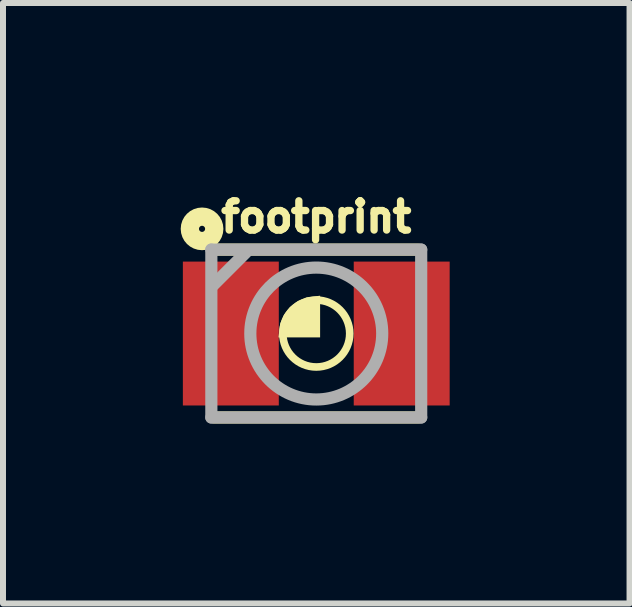
<source format=kicad_pcb>
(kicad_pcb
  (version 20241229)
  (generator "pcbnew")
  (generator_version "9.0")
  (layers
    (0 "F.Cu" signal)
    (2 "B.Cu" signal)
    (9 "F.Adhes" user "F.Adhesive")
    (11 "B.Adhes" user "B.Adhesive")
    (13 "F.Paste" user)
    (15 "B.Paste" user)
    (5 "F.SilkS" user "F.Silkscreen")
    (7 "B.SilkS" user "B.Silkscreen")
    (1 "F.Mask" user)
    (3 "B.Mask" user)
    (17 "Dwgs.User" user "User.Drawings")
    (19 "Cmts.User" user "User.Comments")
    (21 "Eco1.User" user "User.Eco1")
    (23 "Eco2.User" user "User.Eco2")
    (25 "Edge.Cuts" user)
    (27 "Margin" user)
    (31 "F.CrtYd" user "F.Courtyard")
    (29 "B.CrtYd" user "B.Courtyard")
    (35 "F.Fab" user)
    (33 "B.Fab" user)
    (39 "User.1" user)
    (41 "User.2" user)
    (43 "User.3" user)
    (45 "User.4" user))
  (footprint "footprint"
    (layer "F.Cu")
    (at 2.225 2.513)
    (property "Reference" "footprint" (at 0 -1.66 0) (layer "F.SilkS") (effects (font (size 0.488 0.488) (thickness 0.122)) (justify bottom)))
    (fp_line (start -1.7 -1.4) (end 1.7 -1.4) (stroke (width 0.203) (type solid)) (layer "F.SilkS"))
    (fp_line (start -1.7 1.4) (end 1.7 1.4) (stroke (width 0.203) (type solid)) (layer "F.SilkS"))
    (fp_circle (center -1.905 -1.746) (end -1.854 -1.746) (stroke (width 0.305) (type solid)) (fill no) (layer "F.SilkS"))
    (fp_circle (center 0 0) (end 0.558 0) (stroke (width 0.127) (type solid)) (fill no) (layer "F.SilkS"))
    (fp_poly (pts (xy 0.064 0.064) (xy -0.631 0.064) (xy -0.602 -0.161) (xy -0.539 -0.311) (xy -0.44 -0.44) (xy -0.311 -0.539) (xy -0.161 -0.602) (xy 0.064 -0.631)) (stroke (width 0) (type solid)) (fill yes) (layer "F.SilkS"))
    (fp_line (start -1.75 -1.4) (end -1.75 1.4) (stroke (width 0.203) (type solid)) (layer "F.Fab"))
    (fp_line (start -1.75 1.4) (end 1.75 1.4) (stroke (width 0.203) (type solid)) (layer "F.Fab"))
    (fp_line (start -1.166 -1.36) (end -1.716 -0.81) (stroke (width 0.203) (type solid)) (layer "F.Fab"))
    (fp_line (start 1.75 -1.4) (end -1.75 -1.4) (stroke (width 0.203) (type solid)) (layer "F.Fab"))
    (fp_line (start 1.75 1.4) (end 1.75 -1.4) (stroke (width 0.203) (type solid)) (layer "F.Fab"))
    (fp_circle (center 0 0) (end 1.1 0) (stroke (width 0.203) (type solid)) (fill no) (layer "F.Fab"))
    (pad "A" smd rect (at 1.425 0 90) (size 2.4 1.6) (layers "F.Cu" "F.Mask" "F.Paste"))
    (pad "C" smd rect (at -1.425 0 90) (size 2.4 1.6) (layers "F.Cu" "F.Mask" "F.Paste")))
  (gr_rect
    (start -3 -3)
    (end 7.45 7.015)
    (stroke (width 0.1) (type default))
    (fill no)
    (layer "Edge.Cuts")))
</source>
